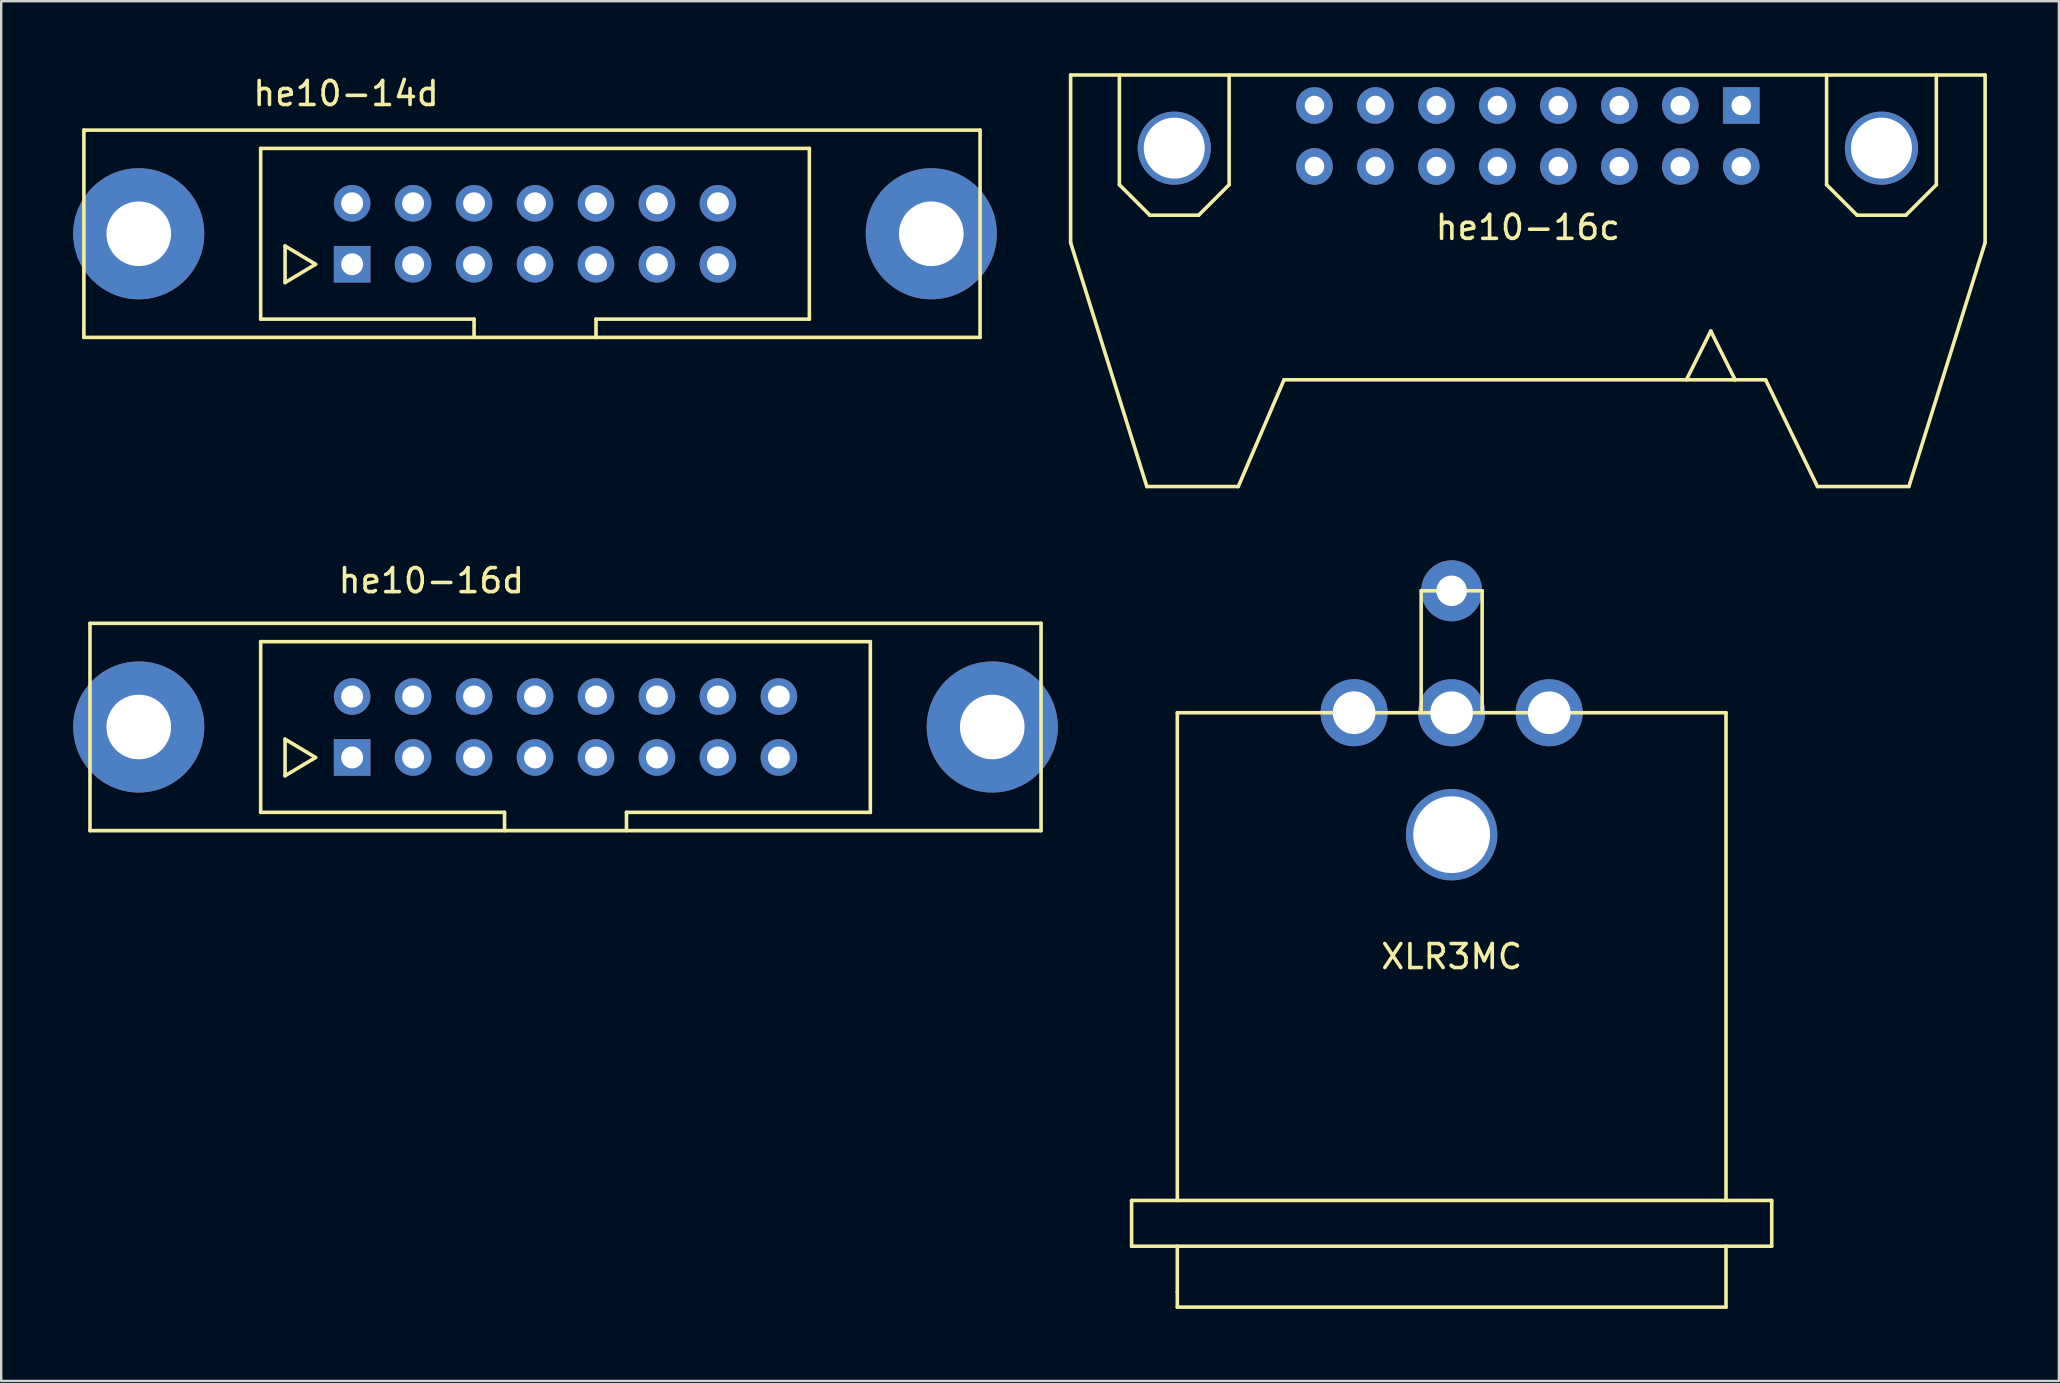
<source format=kicad_pcb>
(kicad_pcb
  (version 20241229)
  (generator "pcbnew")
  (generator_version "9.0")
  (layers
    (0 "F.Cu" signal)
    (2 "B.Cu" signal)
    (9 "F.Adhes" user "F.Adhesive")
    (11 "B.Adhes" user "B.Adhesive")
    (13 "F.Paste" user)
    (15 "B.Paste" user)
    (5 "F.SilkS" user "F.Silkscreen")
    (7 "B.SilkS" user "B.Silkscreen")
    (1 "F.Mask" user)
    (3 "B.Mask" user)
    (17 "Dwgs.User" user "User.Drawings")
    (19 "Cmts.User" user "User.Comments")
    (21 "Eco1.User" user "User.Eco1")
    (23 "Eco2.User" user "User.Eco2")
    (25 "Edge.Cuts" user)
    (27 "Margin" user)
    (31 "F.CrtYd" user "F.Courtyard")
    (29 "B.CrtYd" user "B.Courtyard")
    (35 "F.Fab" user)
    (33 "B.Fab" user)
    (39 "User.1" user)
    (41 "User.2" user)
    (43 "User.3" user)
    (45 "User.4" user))
  (footprint "XLR3MC"
    (layer "F.Cu")
    (at 57.431 26.645)
    (property "Reference" "XLR3MC" (at 0 10.16 0) (layer "F.SilkS") (effects (font (size 1 1) (thickness 0.15))))
    (attr through_hole)
    (fp_line (start -13.335 20.32) (end -13.335 22.225) (stroke (width 0.15) (type solid)) (layer "F.SilkS"))
    (fp_line (start -13.335 22.225) (end 13.335 22.225) (stroke (width 0.15) (type solid)) (layer "F.SilkS"))
    (fp_line (start -11.43 0) (end -11.43 20.32) (stroke (width 0.15) (type solid)) (layer "F.SilkS"))
    (fp_line (start -11.43 0) (end 11.43 0) (stroke (width 0.15) (type solid)) (layer "F.SilkS"))
    (fp_line (start -11.43 22.225) (end -11.43 24.13) (stroke (width 0.15) (type solid)) (layer "F.SilkS"))
    (fp_line (start -11.43 24.13) (end -11.43 24.765) (stroke (width 0.15) (type solid)) (layer "F.SilkS"))
    (fp_line (start -11.43 24.765) (end 11.43 24.765) (stroke (width 0.15) (type solid)) (layer "F.SilkS"))
    (fp_line (start -1.27 -5.08) (end 1.27 -5.08) (stroke (width 0.15) (type solid)) (layer "F.SilkS"))
    (fp_line (start -1.27 0) (end -1.27 -5.08) (stroke (width 0.15) (type solid)) (layer "F.SilkS"))
    (fp_line (start 1.27 -5.08) (end 1.27 0) (stroke (width 0.15) (type solid)) (layer "F.SilkS"))
    (fp_line (start 11.43 0) (end 11.43 20.32) (stroke (width 0.15) (type solid)) (layer "F.SilkS"))
    (fp_line (start 11.43 24.765) (end 11.43 22.225) (stroke (width 0.15) (type solid)) (layer "F.SilkS"))
    (fp_line (start 13.335 20.32) (end -13.335 20.32) (stroke (width 0.15) (type solid)) (layer "F.SilkS"))
    (fp_line (start 13.335 22.225) (end 13.335 20.32) (stroke (width 0.15) (type solid)) (layer "F.SilkS"))
    (pad "" thru_hole circle (at 0 5.08) (size 3.81 3.81) (drill 3.2) (layers "*.Cu" "*.Mask"))
    (pad "1" thru_hole circle (at -4.064 0) (size 2.794 2.794) (drill 1.778) (layers "*.Cu" "*.Mask"))
    (pad "2" thru_hole circle (at 4.064 0) (size 2.794 2.794) (drill 1.778) (layers "*.Cu" "*.Mask"))
    (pad "3" thru_hole circle (at 0 0) (size 2.794 2.794) (drill 1.778) (layers "*.Cu" "*.Mask"))
    (pad "4" thru_hole circle (at 0 -5.08) (size 2.54 2.54) (drill 1.27) (layers "*.Cu" "*.Mask")))
  (footprint "he10-16c"
    (layer "F.Cu")
    (at 60.606 2.615)
    (property "Reference" "he10-16c" (at 0 3.81 0) (layer "F.SilkS") (effects (font (size 1 1) (thickness 0.15))))
    (attr through_hole)
    (fp_line (start -19.05 -2.54) (end -19.05 4.445) (stroke (width 0.15) (type solid)) (layer "F.SilkS"))
    (fp_line (start -19.05 -2.54) (end 19.05 -2.54) (stroke (width 0.15) (type solid)) (layer "F.SilkS"))
    (fp_line (start -19.05 4.445) (end -15.875 14.605) (stroke (width 0.15) (type solid)) (layer "F.SilkS"))
    (fp_line (start -17.018 2.032) (end -17.018 -2.54) (stroke (width 0.15) (type solid)) (layer "F.SilkS"))
    (fp_line (start -15.875 14.605) (end -12.065 14.605) (stroke (width 0.15) (type solid)) (layer "F.SilkS"))
    (fp_line (start -15.748 3.302) (end -17.018 2.032) (stroke (width 0.15) (type solid)) (layer "F.SilkS"))
    (fp_line (start -13.716 3.302) (end -15.748 3.302) (stroke (width 0.15) (type solid)) (layer "F.SilkS"))
    (fp_line (start -12.446 -2.54) (end -12.446 2.032) (stroke (width 0.15) (type solid)) (layer "F.SilkS"))
    (fp_line (start -12.446 2.032) (end -13.716 3.302) (stroke (width 0.15) (type solid)) (layer "F.SilkS"))
    (fp_line (start -12.065 14.605) (end -10.16 10.16) (stroke (width 0.15) (type solid)) (layer "F.SilkS"))
    (fp_line (start -10.16 10.16) (end 9.906 10.16) (stroke (width 0.15) (type solid)) (layer "F.SilkS"))
    (fp_line (start 7.62 8.128) (end 6.604 10.16) (stroke (width 0.15) (type solid)) (layer "F.SilkS"))
    (fp_line (start 8.636 10.16) (end 7.62 8.128) (stroke (width 0.15) (type solid)) (layer "F.SilkS"))
    (fp_line (start 12.065 14.605) (end 9.906 10.16) (stroke (width 0.15) (type solid)) (layer "F.SilkS"))
    (fp_line (start 12.446 2.032) (end 12.446 -2.54) (stroke (width 0.15) (type solid)) (layer "F.SilkS"))
    (fp_line (start 13.716 3.302) (end 12.446 2.032) (stroke (width 0.15) (type solid)) (layer "F.SilkS"))
    (fp_line (start 15.748 3.302) (end 13.716 3.302) (stroke (width 0.15) (type solid)) (layer "F.SilkS"))
    (fp_line (start 15.875 14.605) (end 12.065 14.605) (stroke (width 0.15) (type solid)) (layer "F.SilkS"))
    (fp_line (start 17.018 -2.54) (end 17.018 2.032) (stroke (width 0.15) (type solid)) (layer "F.SilkS"))
    (fp_line (start 17.018 2.032) (end 15.748 3.302) (stroke (width 0.15) (type solid)) (layer "F.SilkS"))
    (fp_line (start 19.05 -2.54) (end 19.05 4.445) (stroke (width 0.15) (type solid)) (layer "F.SilkS"))
    (fp_line (start 19.05 4.445) (end 15.875 14.605) (stroke (width 0.15) (type solid)) (layer "F.SilkS"))
    (pad "0" thru_hole circle (at -14.732 0.508) (size 3.048 3.048) (drill 2.54) (layers "*.Cu" "*.Mask"))
    (pad "0" thru_hole circle (at 14.732 0.508) (size 3.048 3.048) (drill 2.54) (layers "*.Cu" "*.Mask"))
    (pad "1" thru_hole rect (at 8.89 -1.27) (size 1.524 1.524) (drill 0.813) (layers "*.Cu" "*.Mask"))
    (pad "2" thru_hole circle (at 8.89 1.27) (size 1.524 1.524) (drill 0.813) (layers "*.Cu" "*.Mask"))
    (pad "3" thru_hole circle (at 6.35 -1.27) (size 1.524 1.524) (drill 0.813) (layers "*.Cu" "*.Mask"))
    (pad "4" thru_hole circle (at 6.35 1.27) (size 1.524 1.524) (drill 0.813) (layers "*.Cu" "*.Mask"))
    (pad "5" thru_hole circle (at 3.81 -1.27) (size 1.524 1.524) (drill 0.813) (layers "*.Cu" "*.Mask"))
    (pad "6" thru_hole circle (at 3.81 1.27) (size 1.524 1.524) (drill 0.813) (layers "*.Cu" "*.Mask"))
    (pad "7" thru_hole circle (at 1.27 -1.27) (size 1.524 1.524) (drill 0.813) (layers "*.Cu" "*.Mask"))
    (pad "8" thru_hole circle (at 1.27 1.27) (size 1.524 1.524) (drill 0.813) (layers "*.Cu" "*.Mask"))
    (pad "9" thru_hole circle (at -1.27 -1.27) (size 1.524 1.524) (drill 0.813) (layers "*.Cu" "*.Mask"))
    (pad "10" thru_hole circle (at -1.27 1.27) (size 1.524 1.524) (drill 0.813) (layers "*.Cu" "*.Mask"))
    (pad "11" thru_hole circle (at -3.81 -1.27) (size 1.524 1.524) (drill 0.813) (layers "*.Cu" "*.Mask"))
    (pad "12" thru_hole circle (at -3.81 1.27) (size 1.524 1.524) (drill 0.813) (layers "*.Cu" "*.Mask"))
    (pad "13" thru_hole circle (at -6.35 -1.27) (size 1.524 1.524) (drill 0.813) (layers "*.Cu" "*.Mask"))
    (pad "14" thru_hole circle (at -6.35 1.27) (size 1.524 1.524) (drill 0.813) (layers "*.Cu" "*.Mask"))
    (pad "15" thru_hole circle (at -8.89 -1.27) (size 1.524 1.524) (drill 0.813) (layers "*.Cu" "*.Mask"))
    (pad "16" thru_hole circle (at -8.89 1.27) (size 1.524 1.524) (drill 0.813) (layers "*.Cu" "*.Mask")))
  (footprint "he10-14d"
    (layer "F.Cu")
    (at 19.241 6.69)
    (property "Reference" "he10-14d" (at -7.874 -5.842 0) (layer "F.SilkS") (effects (font (size 1 1) (thickness 0.15))))
    (attr through_hole)
    (fp_line (start -18.796 -4.318) (end 18.542 -4.318) (stroke (width 0.15) (type solid)) (layer "F.SilkS"))
    (fp_line (start -18.796 4.318) (end -18.796 -4.318) (stroke (width 0.15) (type solid)) (layer "F.SilkS"))
    (fp_line (start -11.43 -3.556) (end 11.43 -3.556) (stroke (width 0.15) (type solid)) (layer "F.SilkS"))
    (fp_line (start -11.43 3.556) (end -11.43 -3.556) (stroke (width 0.15) (type solid)) (layer "F.SilkS"))
    (fp_line (start -10.414 0.508) (end -10.414 2.032) (stroke (width 0.15) (type solid)) (layer "F.SilkS"))
    (fp_line (start -10.414 2.032) (end -9.144 1.27) (stroke (width 0.15) (type solid)) (layer "F.SilkS"))
    (fp_line (start -9.144 1.27) (end -10.414 0.508) (stroke (width 0.15) (type solid)) (layer "F.SilkS"))
    (fp_line (start -2.54 3.556) (end -11.43 3.556) (stroke (width 0.15) (type solid)) (layer "F.SilkS"))
    (fp_line (start -2.54 4.318) (end -2.54 3.556) (stroke (width 0.15) (type solid)) (layer "F.SilkS"))
    (fp_line (start 2.54 3.556) (end 2.54 4.318) (stroke (width 0.15) (type solid)) (layer "F.SilkS"))
    (fp_line (start 11.43 -3.556) (end 11.43 3.556) (stroke (width 0.15) (type solid)) (layer "F.SilkS"))
    (fp_line (start 11.43 3.556) (end 2.54 3.556) (stroke (width 0.15) (type solid)) (layer "F.SilkS"))
    (fp_line (start 18.542 -4.318) (end 18.542 4.318) (stroke (width 0.15) (type solid)) (layer "F.SilkS"))
    (fp_line (start 18.542 4.318) (end -18.796 4.318) (stroke (width 0.15) (type solid)) (layer "F.SilkS"))
    (pad "0" thru_hole circle (at -16.51 0) (size 5.461 5.461) (drill 2.692) (layers "*.Cu" "*.Mask"))
    (pad "0" thru_hole circle (at 16.51 0) (size 5.461 5.461) (drill 2.692) (layers "*.Cu" "*.Mask"))
    (pad "1" thru_hole rect (at -7.62 1.27) (size 1.524 1.524) (drill 0.914) (layers "*.Cu" "*.Mask"))
    (pad "2" thru_hole circle (at -7.62 -1.27) (size 1.524 1.524) (drill 0.914) (layers "*.Cu" "*.Mask"))
    (pad "3" thru_hole circle (at -5.08 1.27) (size 1.524 1.524) (drill 0.914) (layers "*.Cu" "*.Mask"))
    (pad "4" thru_hole circle (at -5.08 -1.27) (size 1.524 1.524) (drill 0.914) (layers "*.Cu" "*.Mask"))
    (pad "5" thru_hole circle (at -2.54 1.27) (size 1.524 1.524) (drill 0.914) (layers "*.Cu" "*.Mask"))
    (pad "6" thru_hole circle (at -2.54 -1.27) (size 1.524 1.524) (drill 0.914) (layers "*.Cu" "*.Mask"))
    (pad "7" thru_hole circle (at 0 1.27) (size 1.524 1.524) (drill 0.914) (layers "*.Cu" "*.Mask"))
    (pad "8" thru_hole circle (at 0 -1.27) (size 1.524 1.524) (drill 0.914) (layers "*.Cu" "*.Mask"))
    (pad "9" thru_hole circle (at 2.54 1.27) (size 1.524 1.524) (drill 0.914) (layers "*.Cu" "*.Mask"))
    (pad "10" thru_hole circle (at 2.54 -1.27) (size 1.524 1.524) (drill 0.914) (layers "*.Cu" "*.Mask"))
    (pad "11" thru_hole circle (at 5.08 1.27) (size 1.524 1.524) (drill 0.914) (layers "*.Cu" "*.Mask"))
    (pad "12" thru_hole circle (at 5.08 -1.27) (size 1.524 1.524) (drill 0.914) (layers "*.Cu" "*.Mask"))
    (pad "13" thru_hole circle (at 7.62 1.27) (size 1.524 1.524) (drill 0.914) (layers "*.Cu" "*.Mask"))
    (pad "14" thru_hole circle (at 7.62 -1.27) (size 1.524 1.524) (drill 0.914) (layers "*.Cu" "*.Mask")))
  (footprint "he10-16d"
    (layer "F.Cu")
    (at 20.511 27.239)
    (property "Reference" "he10-16d" (at -5.588 -6.096 0) (layer "F.SilkS") (effects (font (size 1 1) (thickness 0.15))))
    (attr through_hole)
    (fp_line (start -19.812 -4.318) (end 19.812 -4.318) (stroke (width 0.15) (type solid)) (layer "F.SilkS"))
    (fp_line (start -19.812 4.318) (end -19.812 -4.318) (stroke (width 0.15) (type solid)) (layer "F.SilkS"))
    (fp_line (start -12.7 -3.556) (end 12.7 -3.556) (stroke (width 0.15) (type solid)) (layer "F.SilkS"))
    (fp_line (start -12.7 3.556) (end -12.7 -3.556) (stroke (width 0.15) (type solid)) (layer "F.SilkS"))
    (fp_line (start -11.684 0.508) (end -11.684 2.032) (stroke (width 0.15) (type solid)) (layer "F.SilkS"))
    (fp_line (start -11.684 2.032) (end -10.414 1.27) (stroke (width 0.15) (type solid)) (layer "F.SilkS"))
    (fp_line (start -10.414 1.27) (end -11.684 0.508) (stroke (width 0.15) (type solid)) (layer "F.SilkS"))
    (fp_line (start -2.54 3.556) (end -12.7 3.556) (stroke (width 0.15) (type solid)) (layer "F.SilkS"))
    (fp_line (start -2.54 4.318) (end -2.54 3.556) (stroke (width 0.15) (type solid)) (layer "F.SilkS"))
    (fp_line (start 2.54 3.556) (end 2.54 4.318) (stroke (width 0.15) (type solid)) (layer "F.SilkS"))
    (fp_line (start 12.7 -3.556) (end 12.7 3.556) (stroke (width 0.15) (type solid)) (layer "F.SilkS"))
    (fp_line (start 12.7 3.556) (end 2.54 3.556) (stroke (width 0.15) (type solid)) (layer "F.SilkS"))
    (fp_line (start 19.812 -4.318) (end 19.812 4.318) (stroke (width 0.15) (type solid)) (layer "F.SilkS"))
    (fp_line (start 19.812 4.318) (end -19.812 4.318) (stroke (width 0.15) (type solid)) (layer "F.SilkS"))
    (pad "0" thru_hole circle (at -17.78 0) (size 5.461 5.461) (drill 2.692) (layers "*.Cu" "*.Mask"))
    (pad "0" thru_hole circle (at 17.78 0) (size 5.461 5.461) (drill 2.692) (layers "*.Cu" "*.Mask"))
    (pad "1" thru_hole rect (at -8.89 1.27) (size 1.524 1.524) (drill 0.914) (layers "*.Cu" "*.Mask"))
    (pad "2" thru_hole circle (at -8.89 -1.27) (size 1.524 1.524) (drill 0.914) (layers "*.Cu" "*.Mask"))
    (pad "3" thru_hole circle (at -6.35 1.27) (size 1.524 1.524) (drill 0.914) (layers "*.Cu" "*.Mask"))
    (pad "4" thru_hole circle (at -6.35 -1.27) (size 1.524 1.524) (drill 0.914) (layers "*.Cu" "*.Mask"))
    (pad "5" thru_hole circle (at -3.81 1.27) (size 1.524 1.524) (drill 0.914) (layers "*.Cu" "*.Mask"))
    (pad "6" thru_hole circle (at -3.81 -1.27) (size 1.524 1.524) (drill 0.914) (layers "*.Cu" "*.Mask"))
    (pad "7" thru_hole circle (at -1.27 1.27) (size 1.524 1.524) (drill 0.914) (layers "*.Cu" "*.Mask"))
    (pad "8" thru_hole circle (at -1.27 -1.27) (size 1.524 1.524) (drill 0.914) (layers "*.Cu" "*.Mask"))
    (pad "9" thru_hole circle (at 1.27 1.27) (size 1.524 1.524) (drill 0.914) (layers "*.Cu" "*.Mask"))
    (pad "10" thru_hole circle (at 1.27 -1.27) (size 1.524 1.524) (drill 0.914) (layers "*.Cu" "*.Mask"))
    (pad "11" thru_hole circle (at 3.81 1.27) (size 1.524 1.524) (drill 0.914) (layers "*.Cu" "*.Mask"))
    (pad "12" thru_hole circle (at 3.81 -1.27) (size 1.524 1.524) (drill 0.914) (layers "*.Cu" "*.Mask"))
    (pad "13" thru_hole circle (at 6.35 1.27) (size 1.524 1.524) (drill 0.914) (layers "*.Cu" "*.Mask"))
    (pad "14" thru_hole circle (at 6.35 -1.27) (size 1.524 1.524) (drill 0.914) (layers "*.Cu" "*.Mask"))
    (pad "15" thru_hole circle (at 8.89 1.27) (size 1.524 1.524) (drill 0.914) (layers "*.Cu" "*.Mask"))
    (pad "16" thru_hole circle (at 8.89 -1.27) (size 1.524 1.524) (drill 0.914) (layers "*.Cu" "*.Mask")))
  (gr_rect
    (start -3 -3)
    (end 82.731 54.485)
    (stroke (width 0.1) (type default))
    (fill no)
    (layer "Edge.Cuts")))
</source>
